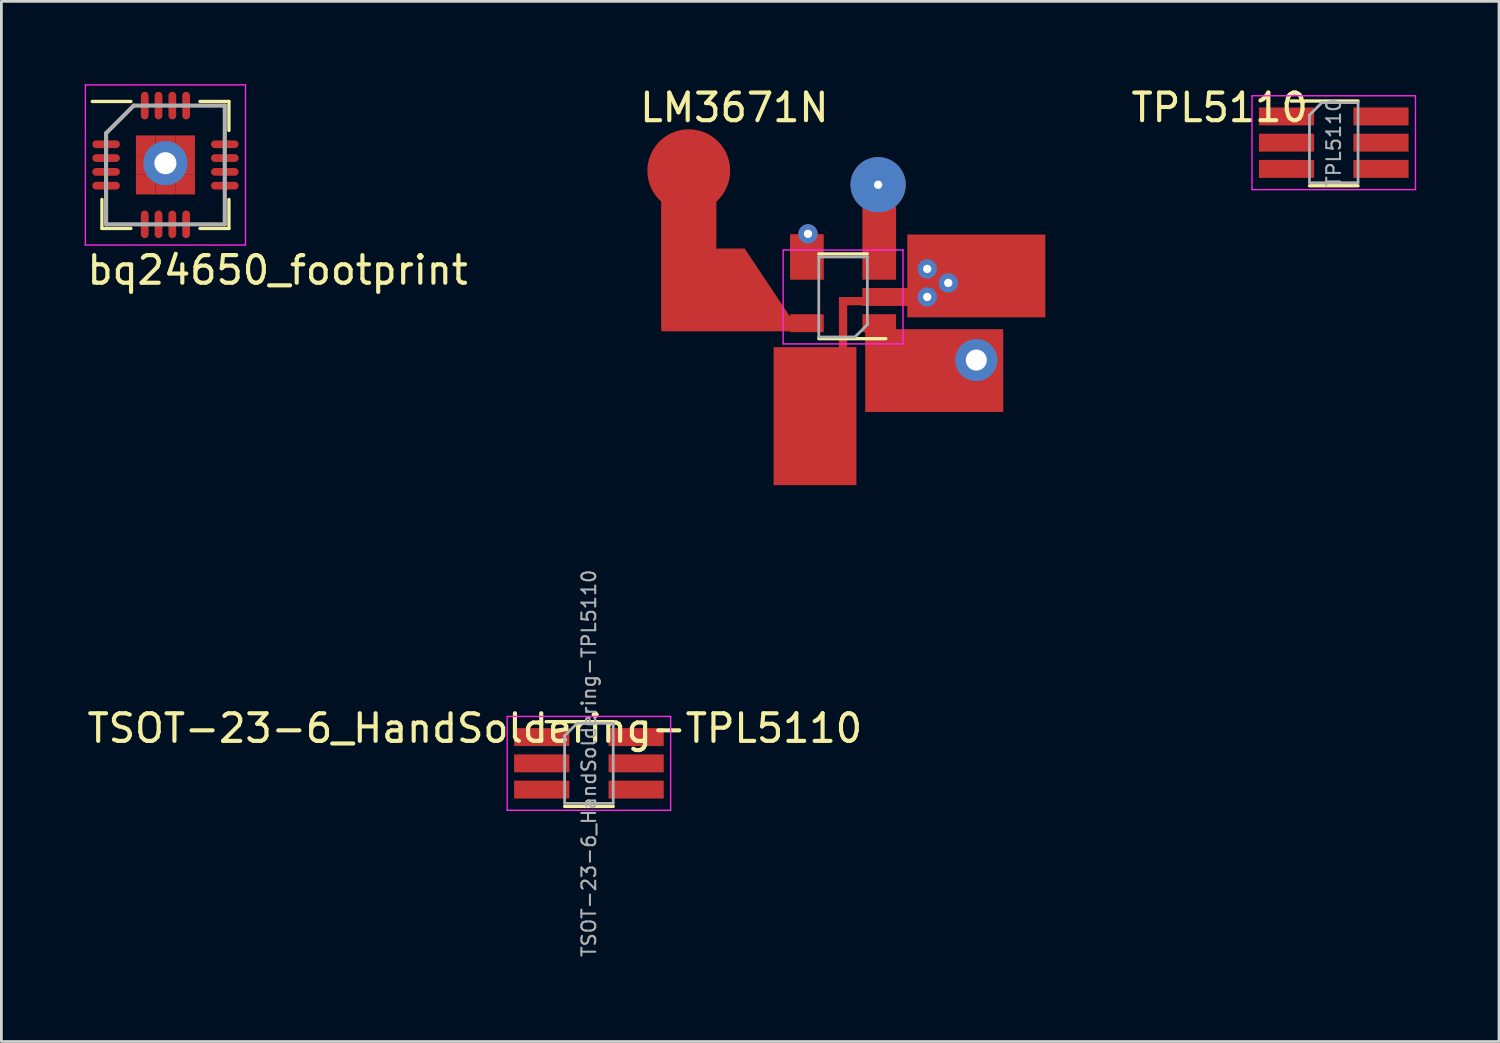
<source format=kicad_pcb>
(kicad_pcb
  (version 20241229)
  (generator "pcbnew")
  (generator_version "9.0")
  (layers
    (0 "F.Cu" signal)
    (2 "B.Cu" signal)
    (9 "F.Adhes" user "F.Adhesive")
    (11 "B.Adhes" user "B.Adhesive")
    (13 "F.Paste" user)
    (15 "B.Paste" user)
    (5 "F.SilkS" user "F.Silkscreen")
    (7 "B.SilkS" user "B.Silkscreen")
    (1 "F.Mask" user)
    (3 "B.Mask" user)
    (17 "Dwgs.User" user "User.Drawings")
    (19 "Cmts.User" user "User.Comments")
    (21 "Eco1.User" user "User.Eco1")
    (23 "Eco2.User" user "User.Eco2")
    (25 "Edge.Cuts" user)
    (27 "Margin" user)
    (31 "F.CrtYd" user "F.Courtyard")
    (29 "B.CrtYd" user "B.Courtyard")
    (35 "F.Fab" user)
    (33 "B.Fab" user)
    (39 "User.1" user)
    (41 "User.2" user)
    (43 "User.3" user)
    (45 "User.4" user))
  (footprint "bq24650_footprint"
    (layer "F.Cu")
    (at 2.942 2.925)
    (property "Reference" "bq24650_footprint" (at 4.064 3.81 0) (layer "F.SilkS") (effects (font (size 1 1) (thickness 0.15))))
    (attr through_hole)
    (fp_line (start -2.3 2.3) (end -2.3 1.25) (stroke (width 0.12) (type solid)) (layer "F.SilkS"))
    (fp_line (start -1.25 -2.3) (end -2.65 -2.3) (stroke (width 0.12) (type solid)) (layer "F.SilkS"))
    (fp_line (start -1.25 2.3) (end -2.3 2.3) (stroke (width 0.12) (type solid)) (layer "F.SilkS"))
    (fp_line (start 1.25 -2.3) (end 2.3 -2.3) (stroke (width 0.12) (type solid)) (layer "F.SilkS"))
    (fp_line (start 1.25 2.3) (end 2.3 2.3) (stroke (width 0.12) (type solid)) (layer "F.SilkS"))
    (fp_line (start 2.3 -2.3) (end 2.3 -1.25) (stroke (width 0.12) (type solid)) (layer "F.SilkS"))
    (fp_line (start 2.3 2.3) (end 2.3 1.25) (stroke (width 0.12) (type solid)) (layer "F.SilkS"))
    (fp_line (start -2.9 -2.9) (end 2.9 -2.9) (stroke (width 0.05) (type solid)) (layer "F.CrtYd"))
    (fp_line (start -2.9 2.9) (end -2.9 -2.9) (stroke (width 0.05) (type solid)) (layer "F.CrtYd"))
    (fp_line (start 2.9 -2.9) (end 2.9 2.9) (stroke (width 0.05) (type solid)) (layer "F.CrtYd"))
    (fp_line (start 2.9 2.9) (end -2.9 2.9) (stroke (width 0.05) (type solid)) (layer "F.CrtYd"))
    (fp_line (start -2.15 -1.15) (end -2.15 2.15) (stroke (width 0.15) (type solid)) (layer "F.Fab"))
    (fp_line (start -2.15 2.15) (end 2.15 2.15) (stroke (width 0.15) (type solid)) (layer "F.Fab"))
    (fp_line (start -1.15 -2.15) (end -2.15 -1.15) (stroke (width 0.15) (type solid)) (layer "F.Fab"))
    (fp_line (start 2.15 -2.15) (end -1.15 -2.15) (stroke (width 0.15) (type solid)) (layer "F.Fab"))
    (fp_line (start 2.15 2.15) (end 2.15 -2.15) (stroke (width 0.15) (type solid)) (layer "F.Fab"))
    (pad "1" smd oval (at -2.15 -0.75 90) (size 0.28 1) (layers "F.Cu" "F.Mask" "F.Paste"))
    (pad "2" smd oval (at -2.15 -0.25 90) (size 0.28 1) (layers "F.Cu" "F.Mask" "F.Paste"))
    (pad "3" smd oval (at -2.15 0.25 90) (size 0.28 1) (layers "F.Cu" "F.Mask" "F.Paste"))
    (pad "4" smd oval (at -2.15 0.75 90) (size 0.28 1) (layers "F.Cu" "F.Mask" "F.Paste"))
    (pad "5" smd oval (at -0.75 2.15) (size 0.28 1) (layers "F.Cu" "F.Mask" "F.Paste"))
    (pad "6" smd oval (at -0.25 2.15) (size 0.28 1) (layers "F.Cu" "F.Mask" "F.Paste"))
    (pad "7" smd oval (at 0.25 2.15) (size 0.28 1) (layers "F.Cu" "F.Mask" "F.Paste"))
    (pad "8" smd oval (at 0.75 2.15) (size 0.28 1) (layers "F.Cu" "F.Mask" "F.Paste"))
    (pad "9" smd oval (at 2.15 0.75 90) (size 0.28 1) (layers "F.Cu" "F.Mask" "F.Paste"))
    (pad "10" smd oval (at 2.15 0.25 90) (size 0.28 1) (layers "F.Cu" "F.Mask" "F.Paste"))
    (pad "11" smd oval (at 2.15 -0.25 90) (size 0.28 1) (layers "F.Cu" "F.Mask" "F.Paste"))
    (pad "12" smd oval (at 2.15 -0.75 90) (size 0.28 1) (layers "F.Cu" "F.Mask" "F.Paste"))
    (pad "13" smd oval (at 0.75 -2.15) (size 0.28 1) (layers "F.Cu" "F.Mask" "F.Paste"))
    (pad "14" smd oval (at 0.25 -2.15) (size 0.28 1) (layers "F.Cu" "F.Mask" "F.Paste"))
    (pad "15" smd oval (at -0.25 -2.15) (size 0.28 1) (layers "F.Cu" "F.Mask" "F.Paste"))
    (pad "16" smd oval (at -0.75 -2.15) (size 0.28 1) (layers "F.Cu" "F.Mask" "F.Paste"))
    (pad "17" smd rect (at -0.713 -0.713) (size 0.713 0.713) (layers "F.Cu" "F.Mask" "F.Paste"))
    (pad "17" smd rect (at -0.713 0) (size 0.713 0.713) (layers "F.Cu" "F.Mask" "F.Paste"))
    (pad "17" smd rect (at -0.713 0.713) (size 0.713 0.713) (layers "F.Cu" "F.Mask" "F.Paste"))
    (pad "17" smd rect (at 0 -0.713) (size 0.713 0.713) (layers "F.Cu" "F.Mask" "F.Paste"))
    (pad "17" thru_hole circle (at 0 -0.064) (size 1.6 1.6) (drill 0.8) (layers "*.Cu" "*.Mask"))
    (pad "17" smd rect (at 0 0) (size 0.713 0.713) (layers "F.Cu" "F.Mask" "F.Paste"))
    (pad "17" smd rect (at 0 0.713) (size 0.713 0.713) (layers "F.Cu" "F.Mask" "F.Paste"))
    (pad "17" smd rect (at 0.713 -0.713) (size 0.713 0.713) (layers "F.Cu" "F.Mask" "F.Paste"))
    (pad "17" smd rect (at 0.713 0) (size 0.713 0.713) (layers "F.Cu" "F.Mask" "F.Paste"))
    (pad "17" smd rect (at 0.713 0.713) (size 0.713 0.713) (layers "F.Cu" "F.Mask" "F.Paste")))
  (footprint "TPL5110"
    (layer "F.Cu")
    (at 45.259 2.118)
    (property "Reference" "TPL5110" (at -4.132 -1.27 0) (layer "F.SilkS") (effects (font (size 1 1) (thickness 0.15))))
    (attr smd)
    (fp_line (start -0.88 1.56) (end 0.88 1.56) (stroke (width 0.12) (type solid)) (layer "F.SilkS"))
    (fp_line (start 0.88 -1.51) (end -1.55 -1.51) (stroke (width 0.12) (type solid)) (layer "F.SilkS"))
    (fp_line (start -2.96 -1.7) (end -2.96 1.7) (stroke (width 0.05) (type solid)) (layer "F.CrtYd"))
    (fp_line (start -2.96 -1.7) (end 2.96 -1.7) (stroke (width 0.05) (type solid)) (layer "F.CrtYd"))
    (fp_line (start 2.96 1.7) (end -2.96 1.7) (stroke (width 0.05) (type solid)) (layer "F.CrtYd"))
    (fp_line (start 2.96 1.7) (end 2.96 -1.7) (stroke (width 0.05) (type solid)) (layer "F.CrtYd"))
    (fp_line (start -0.88 -1) (end -0.88 1.45) (stroke (width 0.1) (type solid)) (layer "F.Fab"))
    (fp_line (start -0.88 -1) (end -0.43 -1.45) (stroke (width 0.1) (type solid)) (layer "F.Fab"))
    (fp_line (start 0.88 -1.45) (end -0.43 -1.45) (stroke (width 0.1) (type solid)) (layer "F.Fab"))
    (fp_line (start 0.88 -1.45) (end 0.88 1.45) (stroke (width 0.1) (type solid)) (layer "F.Fab"))
    (fp_line (start 0.88 1.45) (end -0.88 1.45) (stroke (width 0.1) (type solid)) (layer "F.Fab"))
    (fp_text user "${REFERENCE}" (at 0 0 90) (layer "F.Fab") (effects (font (size 0.5 0.5) (thickness 0.075))))
    (pad "1" smd rect (at -1.71 -0.95) (size 2 0.65) (layers "F.Cu" "F.Mask" "F.Paste"))
    (pad "2" smd rect (at -1.71 0) (size 2 0.65) (layers "F.Cu" "F.Mask" "F.Paste"))
    (pad "3" smd rect (at -1.71 0.95) (size 2 0.65) (layers "F.Cu" "F.Mask" "F.Paste"))
    (pad "4" smd rect (at 1.71 -0.95) (size 2 0.65) (layers "F.Cu" "F.Mask" "F.Paste"))
    (pad "5" smd rect (at 1.71 0) (size 2 0.65) (layers "F.Cu" "F.Mask" "F.Paste"))
    (pad "6" smd rect (at 1.71 0.95) (size 2 0.65) (layers "F.Cu" "F.Mask" "F.Paste")))
  (footprint "TSOT-23-6_HandSoldering-TPL5110"
    (layer "F.Cu")
    (at 18.281 24.599)
    (property "Reference" "TSOT-23-6_HandSoldering-TPL5110" (at -4.132 -1.27 0) (layer "F.SilkS") (effects (font (size 1 1) (thickness 0.15))))
    (attr smd)
    (fp_line (start -0.88 1.56) (end 0.88 1.56) (stroke (width 0.12) (type solid)) (layer "F.SilkS"))
    (fp_line (start 0.88 -1.51) (end -1.55 -1.51) (stroke (width 0.12) (type solid)) (layer "F.SilkS"))
    (fp_line (start -2.96 -1.7) (end -2.96 1.7) (stroke (width 0.05) (type solid)) (layer "F.CrtYd"))
    (fp_line (start -2.96 -1.7) (end 2.96 -1.7) (stroke (width 0.05) (type solid)) (layer "F.CrtYd"))
    (fp_line (start 2.96 1.7) (end -2.96 1.7) (stroke (width 0.05) (type solid)) (layer "F.CrtYd"))
    (fp_line (start 2.96 1.7) (end 2.96 -1.7) (stroke (width 0.05) (type solid)) (layer "F.CrtYd"))
    (fp_line (start -0.88 -1) (end -0.88 1.45) (stroke (width 0.1) (type solid)) (layer "F.Fab"))
    (fp_line (start -0.88 -1) (end -0.43 -1.45) (stroke (width 0.1) (type solid)) (layer "F.Fab"))
    (fp_line (start 0.88 -1.45) (end -0.43 -1.45) (stroke (width 0.1) (type solid)) (layer "F.Fab"))
    (fp_line (start 0.88 -1.45) (end 0.88 1.45) (stroke (width 0.1) (type solid)) (layer "F.Fab"))
    (fp_line (start 0.88 1.45) (end -0.88 1.45) (stroke (width 0.1) (type solid)) (layer "F.Fab"))
    (fp_text user "${REFERENCE}" (at 0 0 90) (layer "F.Fab") (effects (font (size 0.5 0.5) (thickness 0.075))))
    (pad "1" smd rect (at -1.71 -0.95) (size 2 0.65) (layers "F.Cu" "F.Mask" "F.Paste"))
    (pad "2" smd rect (at -1.71 0) (size 2 0.65) (layers "F.Cu" "F.Mask" "F.Paste"))
    (pad "3" smd rect (at -1.71 0.95) (size 2 0.65) (layers "F.Cu" "F.Mask" "F.Paste"))
    (pad "4" smd rect (at 1.71 -0.95) (size 2 0.65) (layers "F.Cu" "F.Mask" "F.Paste"))
    (pad "5" smd rect (at 1.71 0) (size 2 0.65) (layers "F.Cu" "F.Mask" "F.Paste"))
    (pad "6" smd rect (at 1.71 0.95) (size 2 0.65) (layers "F.Cu" "F.Mask" "F.Paste")))
  (footprint "LM3671N"
    (layer "F.Cu")
    (at 27.486 7.706)
    (property "Reference" "LM3671N" (at -3.937 -6.858 0) (layer "F.SilkS") (effects (font (size 1 1) (thickness 0.15))))
    (attr through_hole)
    (fp_line (start -0.88 1.51) (end 1.55 1.51) (stroke (width 0.12) (type solid)) (layer "F.SilkS"))
    (fp_line (start 0.88 -1.56) (end -0.88 -1.56) (stroke (width 0.12) (type solid)) (layer "F.SilkS"))
    (fp_line (start -10.414 -1.016) (end -8.382 -1.016) (stroke (width 0.12) (type solid)) (layer "Eco1.User"))
    (fp_line (start -10.414 1.27) (end -10.414 -1.016) (stroke (width 0.12) (type solid)) (layer "Eco1.User"))
    (fp_line (start -8.382 -1.016) (end -4.318 -1.016) (stroke (width 0.12) (type solid)) (layer "Eco1.User"))
    (fp_line (start -5.334 1.778) (end -1.524 1.778) (stroke (width 0.12) (type solid)) (layer "Eco1.User"))
    (fp_line (start -5.334 4.064) (end -5.334 1.778) (stroke (width 0.12) (type solid)) (layer "Eco1.User"))
    (fp_line (start -4.318 -1.016) (end -4.318 1.27) (stroke (width 0.12) (type solid)) (layer "Eco1.User"))
    (fp_line (start -4.318 1.27) (end -10.414 1.27) (stroke (width 0.12) (type solid)) (layer "Eco1.User"))
    (fp_line (start -1.524 1.778) (end -1.016 1.778) (stroke (width 0.12) (type solid)) (layer "Eco1.User"))
    (fp_line (start -1.016 1.778) (end -1.016 4.064) (stroke (width 0.12) (type solid)) (layer "Eco1.User"))
    (fp_line (start -1.016 4.064) (end -5.334 4.064) (stroke (width 0.12) (type solid)) (layer "Eco1.User"))
    (fp_line (start -0.762 1.778) (end -0.762 4.064) (stroke (width 0.12) (type solid)) (layer "Eco1.User"))
    (fp_line (start -0.762 4.064) (end 3.556 4.064) (stroke (width 0.12) (type solid)) (layer "Eco1.User"))
    (fp_line (start 3.556 1.778) (end -0.762 1.778) (stroke (width 0.12) (type solid)) (layer "Eco1.User"))
    (fp_line (start 3.556 4.064) (end 3.556 1.778) (stroke (width 0.12) (type solid)) (layer "Eco1.User"))
    (fp_line (start -2.17 -1.7) (end -2.17 1.7) (stroke (width 0.05) (type solid)) (layer "F.CrtYd"))
    (fp_line (start -2.17 -1.7) (end 2.17 -1.7) (stroke (width 0.05) (type solid)) (layer "F.CrtYd"))
    (fp_line (start 2.17 1.7) (end -2.17 1.7) (stroke (width 0.05) (type solid)) (layer "F.CrtYd"))
    (fp_line (start 2.17 1.7) (end 2.17 -1.7) (stroke (width 0.05) (type solid)) (layer "F.CrtYd"))
    (fp_line (start -0.88 -1.45) (end 0.88 -1.45) (stroke (width 0.1) (type solid)) (layer "F.Fab"))
    (fp_line (start -0.88 1.45) (end -0.88 -1.45) (stroke (width 0.1) (type solid)) (layer "F.Fab"))
    (fp_line (start -0.88 1.45) (end 0.43 1.45) (stroke (width 0.1) (type solid)) (layer "F.Fab"))
    (fp_line (start 0.88 1) (end 0.43 1.45) (stroke (width 0.1) (type solid)) (layer "F.Fab"))
    (fp_line (start 0.88 1) (end 0.88 -1.45) (stroke (width 0.1) (type solid)) (layer "F.Fab"))
    (fp_text user "Cout" (at -3.048 3.048 0) (layer "Eco1.User") (effects (font (size 1 1) (thickness 0.15))))
    (fp_text user "Cin" (at 1.016 3.048 0) (layer "Eco1.User") (effects (font (size 1 1) (thickness 0.15))))
    (fp_text user "L1" (at -7.62 0.254 0) (layer "Eco1.User") (effects (font (size 1 1) (thickness 0.15))))
    (pad "1" smd rect (at 1.31 0.95 180) (size 1.22 0.65) (layers "F.Cu" "F.Mask" "F.Paste"))
    (pad "1" smd rect (at 3.302 2.667) (size 5 3) (layers "F.Cu" "F.Mask" "F.Paste"))
    (pad "1" thru_hole circle (at 4.826 2.286) (size 1.524 1.524) (drill 0.762) (layers "*.Cu" "*.Mask"))
    (pad "2" smd rect (at -1.016 4.318 90) (size 5 3) (layers "F.Cu" "F.Mask" "F.Paste"))
    (pad "2" smd rect (at 0 1.016) (size 0.3 2) (layers "F.Cu" "F.Mask" "F.Paste"))
    (pad "2" smd rect (at 0.356 0.152 90) (size 0.3 1) (layers "F.Cu" "F.Mask" "F.Paste"))
    (pad "2" smd rect (at 1.31 0 180) (size 2.22 0.65) (drill (offset -0.5 0)) (layers "F.Cu" "F.Mask" "F.Paste"))
    (pad "2" thru_hole circle (at 3.048 -1.016) (size 0.7 0.7) (drill 0.3) (layers "*.Cu" "*.Mask"))
    (pad "2" thru_hole circle (at 3.048 0) (size 0.7 0.7) (drill 0.3) (layers "*.Cu" "*.Mask"))
    (pad "2" thru_hole circle (at 3.81 -0.508) (size 0.7 0.7) (drill 0.3) (layers "*.Cu" "*.Mask"))
    (pad "2" smd rect (at 4.826 -0.762) (size 5 3) (layers "F.Cu" "F.Mask" "F.Paste"))
    (pad "3" thru_hole circle (at 1.27 -4.064 180) (size 2 2) (drill 0.3) (layers "*.Cu" "*.Mask"))
    (pad "3" smd rect (at 1.31 -0.95 180) (size 1.22 2.65) (drill (offset 0 1)) (layers "F.Cu" "F.Mask" "F.Paste"))
    (pad "4" smd rect (at -1.31 -0.95 180) (size 1.22 1.65) (drill (offset 0 0.5)) (layers "F.Cu" "F.Mask" "F.Paste"))
    (pad "4" thru_hole circle (at -1.27 -2.286) (size 0.7 0.7) (drill 0.3) (layers "*.Cu" "*.Mask"))
    (pad "5" smd circle (at -5.588 -4.572) (size 3 3) (layers "F.Cu" "F.Mask" "F.Paste"))
    (pad "5" smd rect (at -5.588 -1.27) (size 2 5) (layers "F.Cu" "F.Mask" "F.Paste"))
    (pad "5" smd trapezoid (at -4.064 -0.254) (size 3 3) (rect_delta 0 2) (layers "F.Cu" "F.Mask" "F.Paste"))
    (pad "5" smd rect (at -1.31 0.95 180) (size 1.22 0.65) (layers "F.Cu" "F.Mask" "F.Paste")))
  (gr_rect
    (start -3 -3)
    (end 51.244 34.673)
    (stroke (width 0.1) (type default))
    (fill no)
    (layer "Edge.Cuts")))
</source>
